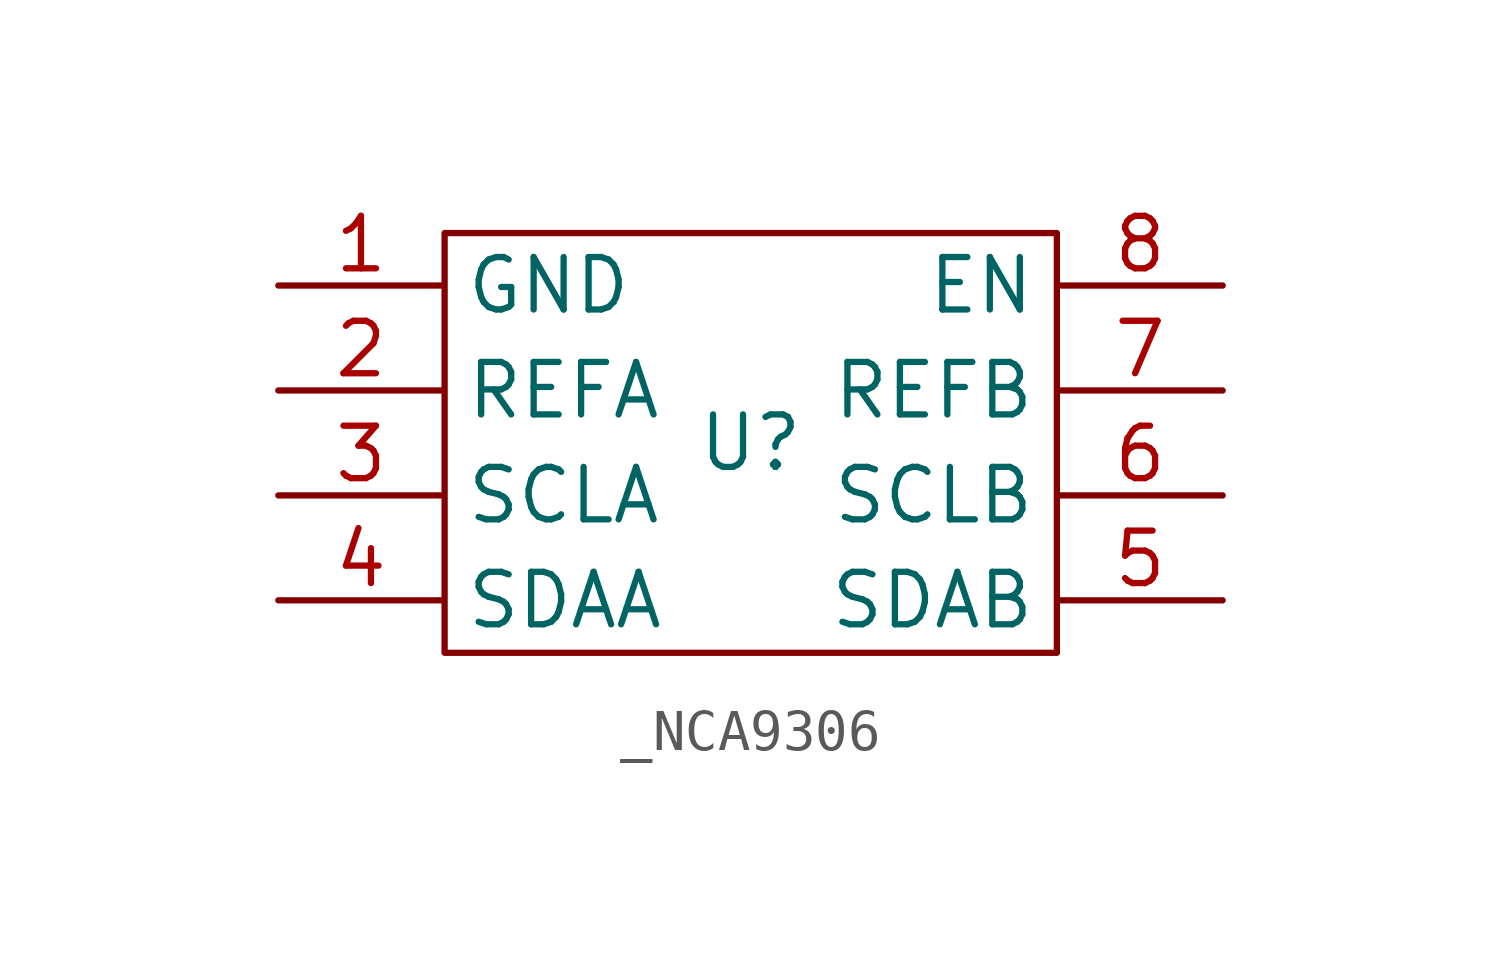
<source format=kicad_sym>
(kicad_symbol_lib
  (version 20241209)
  (generator "kicad_symbol_editor")
  (generator_version "9.0")
  (symbol "_NCA9306"
    (property "Reference" "U"
      (at 0 0 0)
      (effects (font (size 1.27 1.27))))
    (property "Value" ""
      (at 0 0 0)
      (effects (font (size 1.27 1.27))))
    (symbol "_NCA9306_0_1"
      (rectangle (start -7.405 5.08) (end 7.416 -5.08) (stroke (width 0) (type default)) (fill (type none))))
    (symbol "_NCA9306_1_1"
      (pin power_in line (at -11.43 3.81 0) (length 4) (name "GND" (effects (font (size 1.27 1.27)))) (number "1" (effects (font (size 1.27 1.27)))))
      (pin input line (at -11.43 1.27 0) (length 4) (name "REFA" (effects (font (size 1.27 1.27)))) (number "2" (effects (font (size 1.27 1.27)))))
      (pin bidirectional line (at -11.43 -1.27 0) (length 4) (name "SCLA" (effects (font (size 1.27 1.27)))) (number "3" (effects (font (size 1.27 1.27)))))
      (pin bidirectional line (at -11.43 -3.81 0) (length 4) (name "SDAA" (effects (font (size 1.27 1.27)))) (number "4" (effects (font (size 1.27 1.27)))))
      (pin input line (at 11.43 3.81 180) (length 4) (name "EN" (effects (font (size 1.27 1.27)))) (number "8" (effects (font (size 1.27 1.27)))))
      (pin input line (at 11.43 1.27 180) (length 4) (name "REFB" (effects (font (size 1.27 1.27)))) (number "7" (effects (font (size 1.27 1.27)))))
      (pin bidirectional line (at 11.43 -1.27 180) (length 4) (name "SCLB" (effects (font (size 1.27 1.27)))) (number "6" (effects (font (size 1.27 1.27)))))
      (pin bidirectional line (at 11.43 -3.81 180) (length 4) (name "SDAB" (effects (font (size 1.27 1.27)))) (number "5" (effects (font (size 1.27 1.27))))))))
</source>
